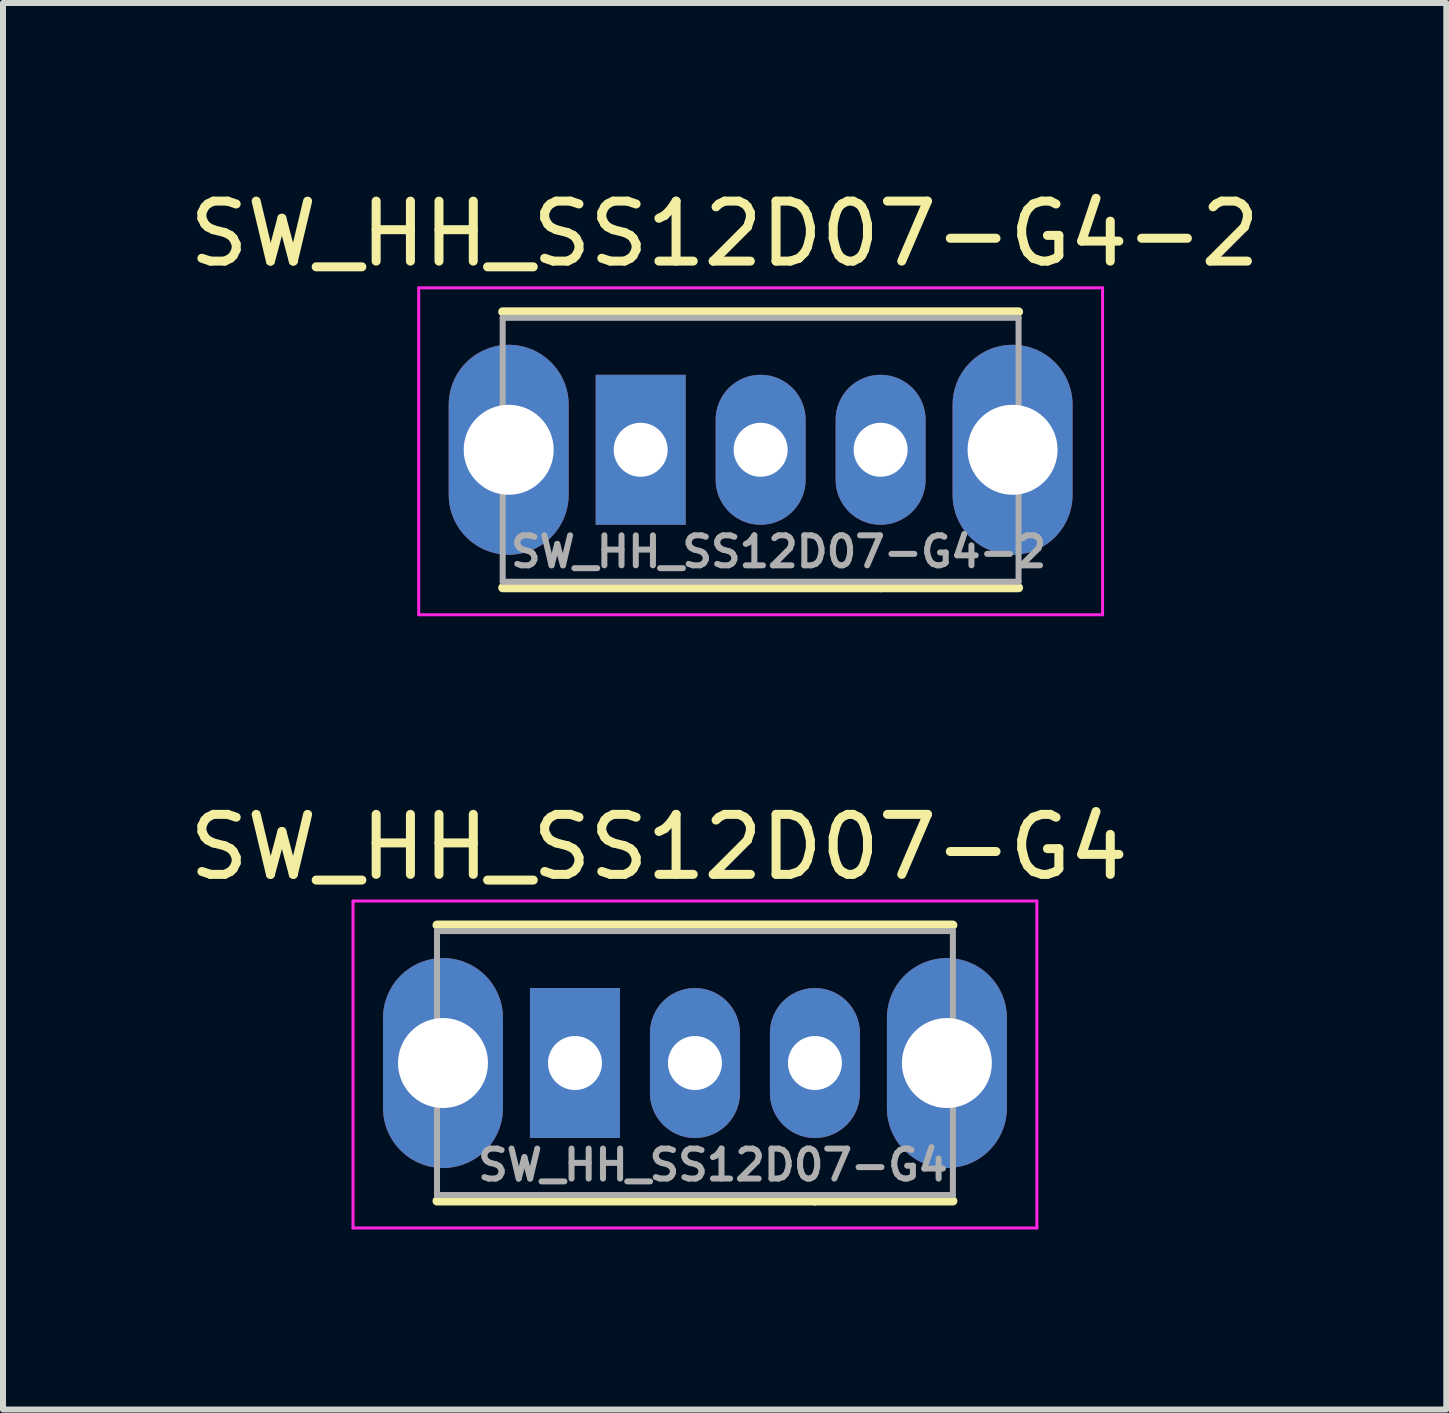
<source format=kicad_pcb>
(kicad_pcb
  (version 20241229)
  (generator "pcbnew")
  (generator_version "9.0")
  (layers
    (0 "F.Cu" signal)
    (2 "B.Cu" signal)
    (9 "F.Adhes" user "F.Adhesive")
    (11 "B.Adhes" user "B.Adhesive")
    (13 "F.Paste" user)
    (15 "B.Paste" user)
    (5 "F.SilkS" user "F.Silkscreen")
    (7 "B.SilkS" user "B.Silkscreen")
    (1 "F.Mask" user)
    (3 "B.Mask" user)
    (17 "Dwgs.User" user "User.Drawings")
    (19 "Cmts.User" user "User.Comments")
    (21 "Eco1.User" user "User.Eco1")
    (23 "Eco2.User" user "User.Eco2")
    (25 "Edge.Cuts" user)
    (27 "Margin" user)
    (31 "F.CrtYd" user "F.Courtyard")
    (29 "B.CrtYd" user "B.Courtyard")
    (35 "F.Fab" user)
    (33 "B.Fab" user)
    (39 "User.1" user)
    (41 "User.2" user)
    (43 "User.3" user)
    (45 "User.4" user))
  (footprint "SW_HH_SS12D07-G4-2"
    (layer "F.Cu")
    (at 7.63 4.448)
    (property "Reference" "SW_HH_SS12D07-G4-2" (at 1.4 -3.6 0) (layer "F.SilkS") (effects (font (size 1 1) (thickness 0.15))))
    (attr through_hole)
    (fp_line (start -2.3 -2.3) (end 6.3 -2.3) (stroke (width 0.15) (type solid)) (layer "F.SilkS"))
    (fp_line (start -2.3 2.3) (end 4 2.3) (stroke (width 0.15) (type solid)) (layer "F.SilkS"))
    (fp_line (start 4 2.3) (end 6.3 2.3) (stroke (width 0.15) (type solid)) (layer "F.SilkS"))
    (fp_line (start -3.7 -2.7) (end 7.7 -2.7) (stroke (width 0.05) (type solid)) (layer "F.CrtYd"))
    (fp_line (start -3.7 2.75) (end -3.7 -2.7) (stroke (width 0.05) (type solid)) (layer "F.CrtYd"))
    (fp_line (start 7.7 -2.7) (end 7.7 2.75) (stroke (width 0.05) (type solid)) (layer "F.CrtYd"))
    (fp_line (start 7.7 2.75) (end -3.7 2.75) (stroke (width 0.05) (type solid)) (layer "F.CrtYd"))
    (fp_line (start -2.3 -2.2) (end -2.3 2.2) (stroke (width 0.1) (type solid)) (layer "F.Fab"))
    (fp_line (start -2.3 -2.2) (end 6.3 -2.2) (stroke (width 0.1) (type solid)) (layer "F.Fab"))
    (fp_line (start -2.3 2.2) (end 6.3 2.2) (stroke (width 0.1) (type solid)) (layer "F.Fab"))
    (fp_line (start 6.3 2.2) (end 6.3 -2.2) (stroke (width 0.1) (type solid)) (layer "F.Fab"))
    (fp_text user "${REFERENCE}" (at 2.3 1.7 0) (layer "F.Fab") (effects (font (size 0.5 0.5) (thickness 0.1))))
    (pad "" thru_hole oval (at -2.2 0) (size 2 3.5) (drill 1.5) (layers "*.Cu" "*.Mask"))
    (pad "" thru_hole oval (at 6.2 0) (size 2 3.5) (drill 1.5) (layers "*.Cu" "*.Mask"))
    (pad "1" thru_hole rect (at 0 0) (size 1.5 2.5) (drill 0.9) (layers "*.Cu" "*.Mask"))
    (pad "2" thru_hole oval (at 2 0) (size 1.5 2.5) (drill 0.9) (layers "*.Cu" "*.Mask"))
    (pad "3" thru_hole oval (at 4 0) (size 1.5 2.5) (drill 0.9) (layers "*.Cu" "*.Mask")))
  (footprint "SW_HH_SS12D07-G4"
    (layer "F.Cu")
    (at 6.535 14.671)
    (property "Reference" "SW_HH_SS12D07-G4" (at 1.4 -3.6 0) (layer "F.SilkS") (effects (font (size 1 1) (thickness 0.15))))
    (attr through_hole)
    (fp_line (start -2.3 -2.3) (end 6.3 -2.3) (stroke (width 0.15) (type solid)) (layer "F.SilkS"))
    (fp_line (start -2.3 2.3) (end 4 2.3) (stroke (width 0.15) (type solid)) (layer "F.SilkS"))
    (fp_line (start 4 2.3) (end 6.3 2.3) (stroke (width 0.15) (type solid)) (layer "F.SilkS"))
    (fp_line (start -3.7 -2.7) (end 7.7 -2.7) (stroke (width 0.05) (type solid)) (layer "F.CrtYd"))
    (fp_line (start -3.7 2.75) (end -3.7 -2.7) (stroke (width 0.05) (type solid)) (layer "F.CrtYd"))
    (fp_line (start 7.7 -2.7) (end 7.7 2.75) (stroke (width 0.05) (type solid)) (layer "F.CrtYd"))
    (fp_line (start 7.7 2.75) (end -3.7 2.75) (stroke (width 0.05) (type solid)) (layer "F.CrtYd"))
    (fp_line (start -2.3 -2.2) (end -2.3 2.2) (stroke (width 0.1) (type solid)) (layer "F.Fab"))
    (fp_line (start -2.3 -2.2) (end 6.3 -2.2) (stroke (width 0.1) (type solid)) (layer "F.Fab"))
    (fp_line (start -2.3 2.2) (end 6.3 2.2) (stroke (width 0.1) (type solid)) (layer "F.Fab"))
    (fp_line (start 6.3 2.2) (end 6.3 -2.2) (stroke (width 0.1) (type solid)) (layer "F.Fab"))
    (fp_text user "${REFERENCE}" (at 2.3 1.7 0) (layer "F.Fab") (effects (font (size 0.5 0.5) (thickness 0.1))))
    (pad "" thru_hole oval (at -2.2 0) (size 2 3.5) (drill 1.5) (layers "*.Cu" "*.Mask"))
    (pad "" thru_hole oval (at 6.2 0) (size 2 3.5) (drill 1.5) (layers "*.Cu" "*.Mask"))
    (pad "1" thru_hole rect (at 0 0) (size 1.5 2.5) (drill 0.9) (layers "*.Cu" "*.Mask"))
    (pad "2" thru_hole oval (at 2 0) (size 1.5 2.5) (drill 0.9) (layers "*.Cu" "*.Mask"))
    (pad "3" thru_hole oval (at 4 0) (size 1.5 2.5) (drill 0.9) (layers "*.Cu" "*.Mask")))
  (gr_rect
    (start -3 -3)
    (end 21.06 20.447)
    (stroke (width 0.1) (type default))
    (fill no)
    (layer "Edge.Cuts")))
</source>
